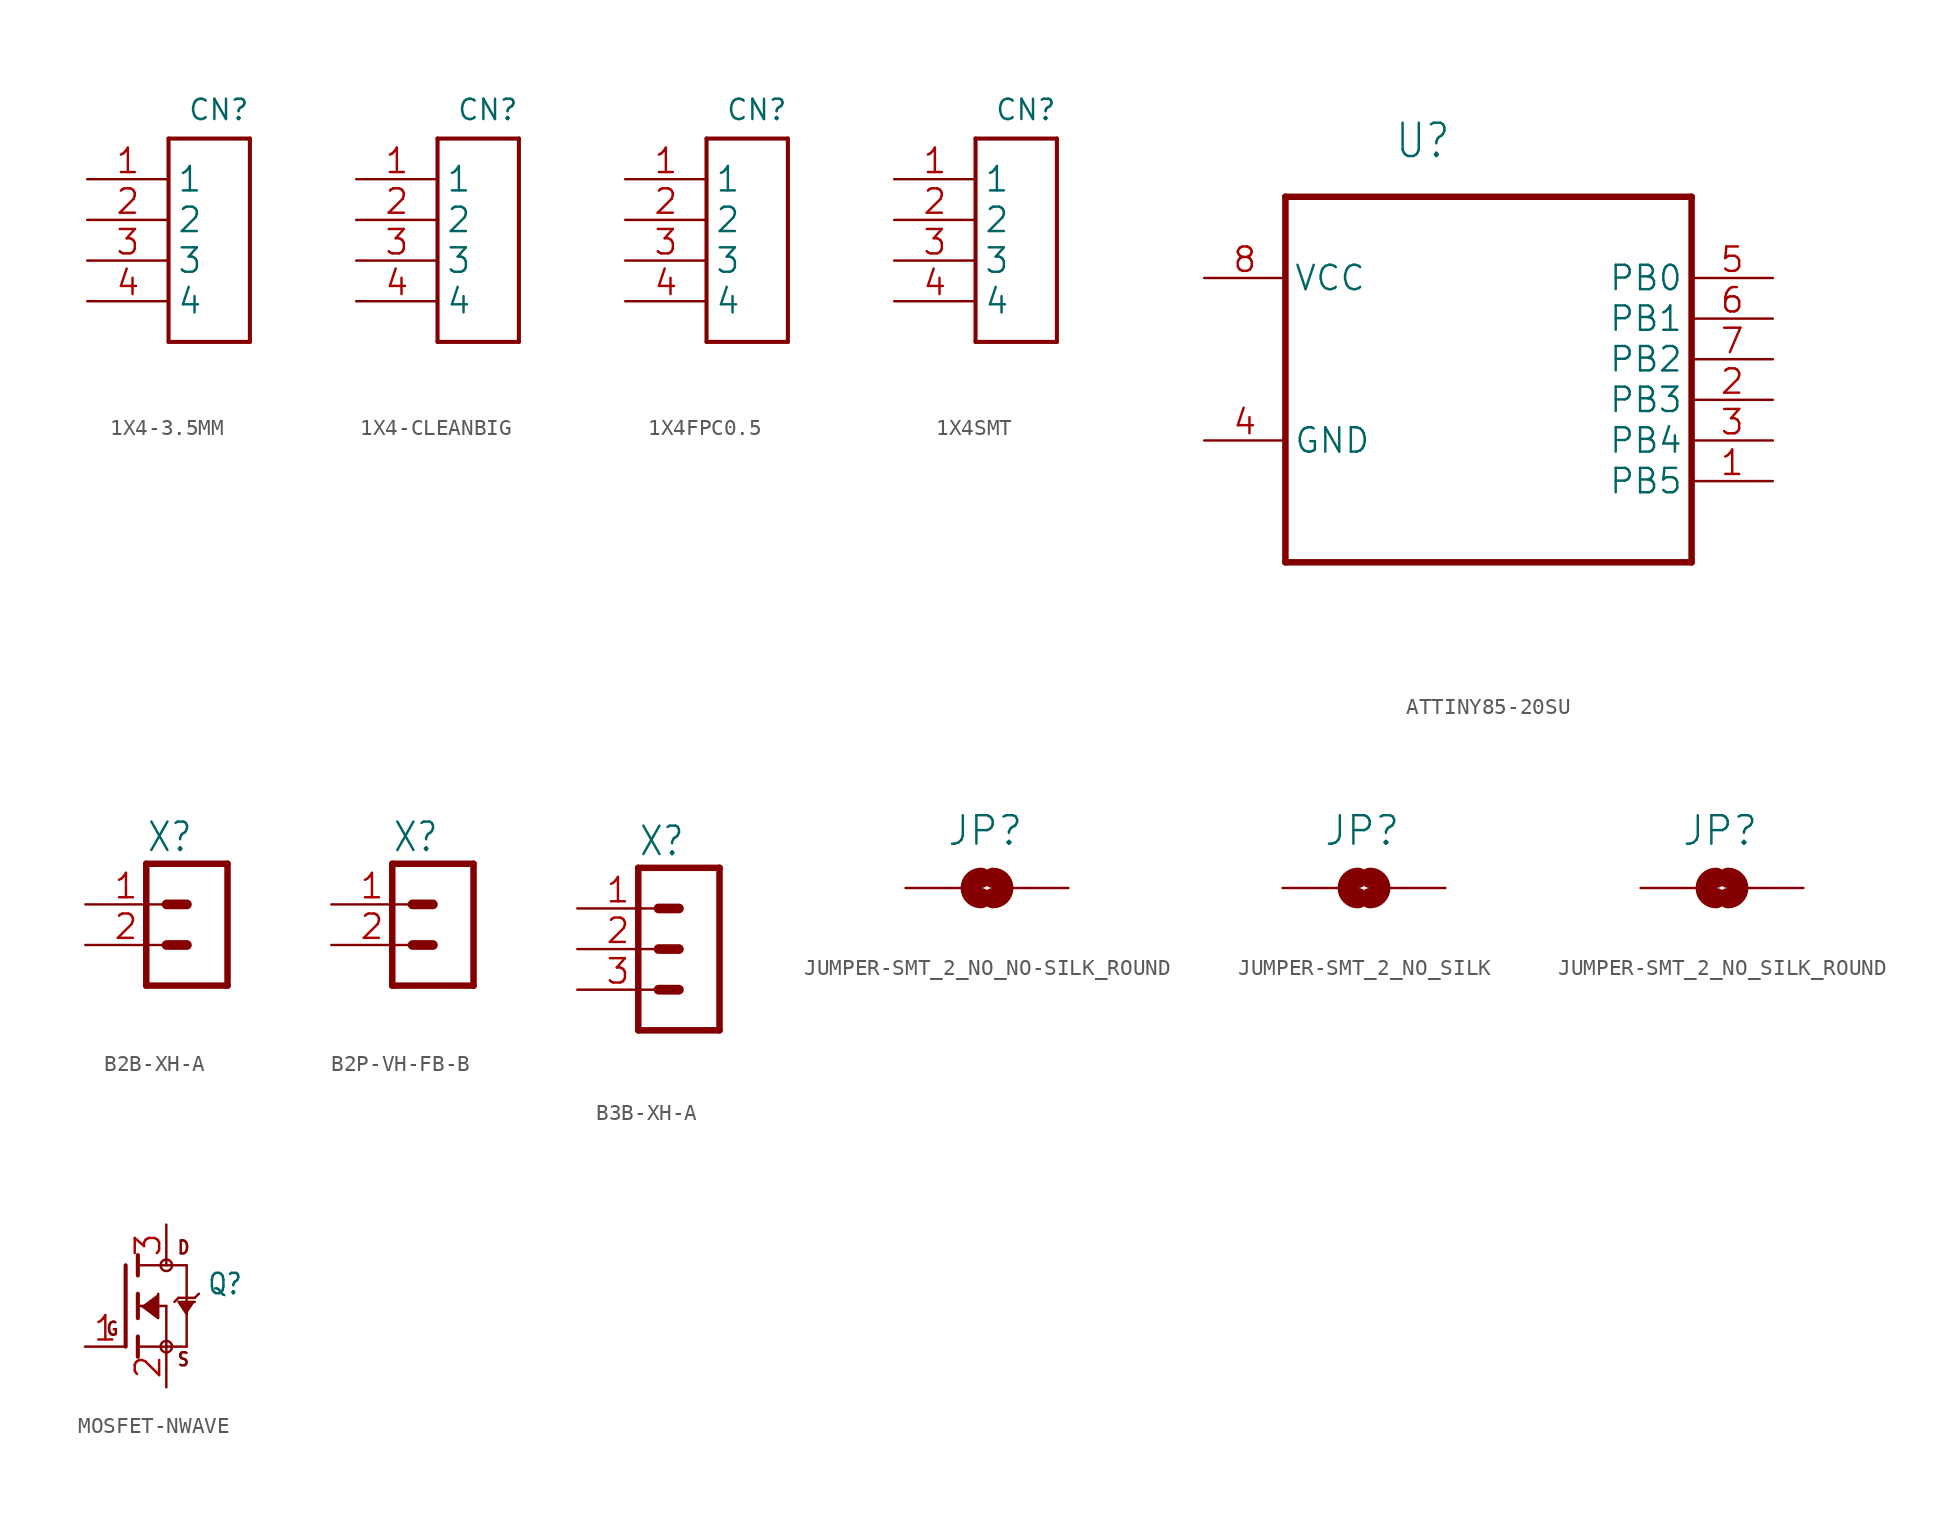
<source format=kicad_sym>
(kicad_symbol_lib
  (version 20241209)
  (generator "kicad_symbol_editor")
  (generator_version "9.0")
  (symbol "1X4-3.5MM"
    (property "Reference" "CN"
      (at 5.08 7.62 0)
      (effects (font (size 1.27 1.27)) (justify right top)))
    (property "Value" ""
      (at 0 -10.16 0)
      (effects (font (size 1.27 1.27)) (justify left bottom)))
    (property "ki_locked" ""
      (at 0 0 0)
      (effects (font (size 1.27 1.27))))
    (symbol "1X4-3.5MM_1_0"
      (polyline (pts (xy 0 5.08) (xy 5.08 5.08)) (stroke (width 0.254) (type solid)) (fill (type none)))
      (polyline (pts (xy 0 -7.62) (xy 0 5.08)) (stroke (width 0.254) (type solid)) (fill (type none)))
      (polyline (pts (xy 5.08 5.08) (xy 5.08 -7.62)) (stroke (width 0.254) (type solid)) (fill (type none)))
      (polyline (pts (xy 5.08 -7.62) (xy 0 -7.62)) (stroke (width 0.254) (type solid)) (fill (type none)))
      (pin bidirectional line (at -5.08 2.54 0) (length 5.08) (name "1" (effects (font (size 1.524 1.524)))) (number "1" (effects (font (size 1.524 1.524)))))
      (pin bidirectional line (at -5.08 0 0) (length 5.08) (name "2" (effects (font (size 1.524 1.524)))) (number "2" (effects (font (size 1.524 1.524)))))
      (pin bidirectional line (at -5.08 -2.54 0) (length 5.08) (name "3" (effects (font (size 1.524 1.524)))) (number "3" (effects (font (size 1.524 1.524)))))
      (pin bidirectional line (at -5.08 -5.08 0) (length 5.08) (name "4" (effects (font (size 1.524 1.524)))) (number "4" (effects (font (size 1.524 1.524)))))))
  (symbol "1X4-CLEANBIG"
    (property "Reference" "CN"
      (at 5.08 7.62 0)
      (effects (font (size 1.27 1.27)) (justify right top)))
    (property "Value" ""
      (at 0 -10.16 0)
      (effects (font (size 1.27 1.27)) (justify left bottom)))
    (property "ki_locked" ""
      (at 0 0 0)
      (effects (font (size 1.27 1.27))))
    (symbol "1X4-CLEANBIG_1_0"
      (polyline (pts (xy 0 5.08) (xy 5.08 5.08)) (stroke (width 0.254) (type solid)) (fill (type none)))
      (polyline (pts (xy 0 -7.62) (xy 0 5.08)) (stroke (width 0.254) (type solid)) (fill (type none)))
      (polyline (pts (xy 5.08 5.08) (xy 5.08 -7.62)) (stroke (width 0.254) (type solid)) (fill (type none)))
      (polyline (pts (xy 5.08 -7.62) (xy 0 -7.62)) (stroke (width 0.254) (type solid)) (fill (type none)))
      (pin bidirectional line (at -5.08 2.54 0) (length 5.08) (name "1" (effects (font (size 1.524 1.524)))) (number "1" (effects (font (size 1.524 1.524)))))
      (pin bidirectional line (at -5.08 0 0) (length 5.08) (name "2" (effects (font (size 1.524 1.524)))) (number "2" (effects (font (size 1.524 1.524)))))
      (pin bidirectional line (at -5.08 -2.54 0) (length 5.08) (name "3" (effects (font (size 1.524 1.524)))) (number "3" (effects (font (size 1.524 1.524)))))
      (pin bidirectional line (at -5.08 -5.08 0) (length 5.08) (name "4" (effects (font (size 1.524 1.524)))) (number "4" (effects (font (size 1.524 1.524)))))))
  (symbol "1X4FPC0.5"
    (property "Reference" "CN"
      (at 5.08 7.62 0)
      (effects (font (size 1.27 1.27)) (justify right top)))
    (property "Value" ""
      (at 0 -10.16 0)
      (effects (font (size 1.27 1.27)) (justify left bottom)))
    (property "ki_locked" ""
      (at 0 0 0)
      (effects (font (size 1.27 1.27))))
    (symbol "1X4FPC0.5_1_0"
      (polyline (pts (xy 0 5.08) (xy 5.08 5.08)) (stroke (width 0.254) (type solid)) (fill (type none)))
      (polyline (pts (xy 0 -7.62) (xy 0 5.08)) (stroke (width 0.254) (type solid)) (fill (type none)))
      (polyline (pts (xy 5.08 5.08) (xy 5.08 -7.62)) (stroke (width 0.254) (type solid)) (fill (type none)))
      (polyline (pts (xy 5.08 -7.62) (xy 0 -7.62)) (stroke (width 0.254) (type solid)) (fill (type none)))
      (pin bidirectional line (at -5.08 2.54 0) (length 5.08) (name "1" (effects (font (size 1.524 1.524)))) (number "1" (effects (font (size 1.524 1.524)))))
      (pin bidirectional line (at -5.08 0 0) (length 5.08) (name "2" (effects (font (size 1.524 1.524)))) (number "2" (effects (font (size 1.524 1.524)))))
      (pin bidirectional line (at -5.08 -2.54 0) (length 5.08) (name "3" (effects (font (size 1.524 1.524)))) (number "3" (effects (font (size 1.524 1.524)))))
      (pin bidirectional line (at -5.08 -5.08 0) (length 5.08) (name "4" (effects (font (size 1.524 1.524)))) (number "4" (effects (font (size 1.524 1.524)))))))
  (symbol "1X4SMT"
    (property "Reference" "CN"
      (at 5.08 7.62 0)
      (effects (font (size 1.27 1.27)) (justify right top)))
    (property "Value" ""
      (at 0 -10.16 0)
      (effects (font (size 1.27 1.27)) (justify left bottom)))
    (property "ki_locked" ""
      (at 0 0 0)
      (effects (font (size 1.27 1.27))))
    (symbol "1X4SMT_1_0"
      (polyline (pts (xy 0 5.08) (xy 5.08 5.08)) (stroke (width 0.254) (type solid)) (fill (type none)))
      (polyline (pts (xy 0 -7.62) (xy 0 5.08)) (stroke (width 0.254) (type solid)) (fill (type none)))
      (polyline (pts (xy 5.08 5.08) (xy 5.08 -7.62)) (stroke (width 0.254) (type solid)) (fill (type none)))
      (polyline (pts (xy 5.08 -7.62) (xy 0 -7.62)) (stroke (width 0.254) (type solid)) (fill (type none)))
      (pin bidirectional line (at -5.08 2.54 0) (length 5.08) (name "1" (effects (font (size 1.524 1.524)))) (number "1" (effects (font (size 1.524 1.524)))))
      (pin bidirectional line (at -5.08 0 0) (length 5.08) (name "2" (effects (font (size 1.524 1.524)))) (number "2" (effects (font (size 1.524 1.524)))))
      (pin bidirectional line (at -5.08 -2.54 0) (length 5.08) (name "3" (effects (font (size 1.524 1.524)))) (number "3" (effects (font (size 1.524 1.524)))))
      (pin bidirectional line (at -5.08 -5.08 0) (length 5.08) (name "4" (effects (font (size 1.524 1.524)))) (number "4" (effects (font (size 1.524 1.524)))))))
  (symbol "ATTINY85-20SU"
    (property "Reference" "U"
      (at -5.893 9.906 0)
      (effects (font (size 2.083 1.77)) (justify left bottom)))
    (property "Value" ""
      (at -3.404 -19.939 0)
      (effects (font (size 2.083 1.77)) (justify left bottom)))
    (property "ki_locked" ""
      (at 0 0 0)
      (effects (font (size 1.27 1.27))))
    (symbol "ATTINY85-20SU_1_0"
      (polyline (pts (xy -12.7 7.62) (xy -12.7 -15.24)) (stroke (width 0.406) (type solid)) (fill (type none)))
      (polyline (pts (xy -12.7 -15.24) (xy 12.7 -15.24)) (stroke (width 0.406) (type solid)) (fill (type none)))
      (polyline (pts (xy 12.7 7.62) (xy -12.7 7.62)) (stroke (width 0.406) (type solid)) (fill (type none)))
      (polyline (pts (xy 12.7 -15.24) (xy 12.7 7.62)) (stroke (width 0.406) (type solid)) (fill (type none)))
      (pin power_in line (at -17.78 2.54 0) (length 5.08) (name "VCC" (effects (font (size 1.524 1.524)))) (number "8" (effects (font (size 1.524 1.524)))))
      (pin passive line (at -17.78 -7.62 0) (length 5.08) (name "GND" (effects (font (size 1.524 1.524)))) (number "4" (effects (font (size 1.524 1.524)))))
      (pin bidirectional line (at 17.78 2.54 180) (length 5.08) (name "PB0" (effects (font (size 1.524 1.524)))) (number "5" (effects (font (size 1.524 1.524)))))
      (pin bidirectional line (at 17.78 0 180) (length 5.08) (name "PB1" (effects (font (size 1.524 1.524)))) (number "6" (effects (font (size 1.524 1.524)))))
      (pin bidirectional line (at 17.78 -2.54 180) (length 5.08) (name "PB2" (effects (font (size 1.524 1.524)))) (number "7" (effects (font (size 1.524 1.524)))))
      (pin bidirectional line (at 17.78 -5.08 180) (length 5.08) (name "PB3" (effects (font (size 1.524 1.524)))) (number "2" (effects (font (size 1.524 1.524)))))
      (pin bidirectional line (at 17.78 -7.62 180) (length 5.08) (name "PB4" (effects (font (size 1.524 1.524)))) (number "3" (effects (font (size 1.524 1.524)))))
      (pin bidirectional line (at 17.78 -10.16 180) (length 5.08) (name "PB5" (effects (font (size 1.524 1.524)))) (number "1" (effects (font (size 1.524 1.524)))))))
  (symbol "B2B-XH-A"
    (property "Reference" "X"
      (at 3.81 3.175 0)
      (effects (font (size 1.778 1.511)) (justify left bottom)))
    (property "Value" ""
      (at 3.81 -7.62 0)
      (effects (font (size 1.778 1.511)) (justify left bottom)))
    (property "ki_locked" ""
      (at 0 0 0)
      (effects (font (size 1.27 1.27))))
    (symbol "B2B-XH-A_1_0"
      (polyline (pts (xy 3.81 2.54) (xy 3.81 -5.08)) (stroke (width 0.406) (type solid)) (fill (type none)))
      (polyline (pts (xy 3.81 2.54) (xy 8.89 2.54)) (stroke (width 0.406) (type solid)) (fill (type none)))
      (polyline (pts (xy 3.81 -5.08) (xy 8.89 -5.08)) (stroke (width 0.406) (type solid)) (fill (type none)))
      (polyline (pts (xy 6.35 0) (xy 5.08 0)) (stroke (width 0.61) (type solid)) (fill (type none)))
      (polyline (pts (xy 6.35 -2.54) (xy 5.08 -2.54)) (stroke (width 0.61) (type solid)) (fill (type none)))
      (polyline (pts (xy 8.89 2.54) (xy 8.89 -5.08)) (stroke (width 0.406) (type solid)) (fill (type none)))
      (pin passive line (at 0 0 0) (length 5.08) (name "1" (effects (font (size 0 0)))) (number "1" (effects (font (size 1.524 1.524)))))
      (pin passive line (at 0 -2.54 0) (length 5.08) (name "2" (effects (font (size 0 0)))) (number "2" (effects (font (size 1.524 1.524)))))))
  (symbol "B2P-VH-FB-B"
    (property "Reference" "X"
      (at 3.81 3.175 0)
      (effects (font (size 1.778 1.511)) (justify left bottom)))
    (property "Value" ""
      (at 3.81 -7.62 0)
      (effects (font (size 1.778 1.511)) (justify left bottom)))
    (property "ki_locked" ""
      (at 0 0 0)
      (effects (font (size 1.27 1.27))))
    (symbol "B2P-VH-FB-B_1_0"
      (polyline (pts (xy 3.81 2.54) (xy 3.81 -5.08)) (stroke (width 0.406) (type solid)) (fill (type none)))
      (polyline (pts (xy 3.81 2.54) (xy 8.89 2.54)) (stroke (width 0.406) (type solid)) (fill (type none)))
      (polyline (pts (xy 3.81 -5.08) (xy 8.89 -5.08)) (stroke (width 0.406) (type solid)) (fill (type none)))
      (polyline (pts (xy 6.35 0) (xy 5.08 0)) (stroke (width 0.61) (type solid)) (fill (type none)))
      (polyline (pts (xy 6.35 -2.54) (xy 5.08 -2.54)) (stroke (width 0.61) (type solid)) (fill (type none)))
      (polyline (pts (xy 8.89 2.54) (xy 8.89 -5.08)) (stroke (width 0.406) (type solid)) (fill (type none)))
      (pin passive line (at 0 0 0) (length 5.08) (name "1" (effects (font (size 0 0)))) (number "1" (effects (font (size 1.524 1.524)))))
      (pin passive line (at 0 -2.54 0) (length 5.08) (name "2" (effects (font (size 0 0)))) (number "2" (effects (font (size 1.524 1.524)))))))
  (symbol "B3B-XH-A"
    (property "Reference" "X"
      (at -1.27 5.715 0)
      (effects (font (size 1.778 1.511)) (justify left bottom)))
    (property "Value" ""
      (at -1.27 -7.62 0)
      (effects (font (size 1.778 1.511)) (justify left bottom)))
    (property "ki_locked" ""
      (at 0 0 0)
      (effects (font (size 1.27 1.27))))
    (symbol "B3B-XH-A_1_0"
      (polyline (pts (xy -1.27 5.08) (xy -1.27 -5.08)) (stroke (width 0.406) (type solid)) (fill (type none)))
      (polyline (pts (xy -1.27 5.08) (xy 3.81 5.08)) (stroke (width 0.406) (type solid)) (fill (type none)))
      (polyline (pts (xy -1.27 -5.08) (xy 3.81 -5.08)) (stroke (width 0.406) (type solid)) (fill (type none)))
      (polyline (pts (xy 1.27 2.54) (xy 0 2.54)) (stroke (width 0.61) (type solid)) (fill (type none)))
      (polyline (pts (xy 1.27 0) (xy 0 0)) (stroke (width 0.61) (type solid)) (fill (type none)))
      (polyline (pts (xy 1.27 -2.54) (xy 0 -2.54)) (stroke (width 0.61) (type solid)) (fill (type none)))
      (polyline (pts (xy 3.81 5.08) (xy 3.81 -5.08)) (stroke (width 0.406) (type solid)) (fill (type none)))
      (pin passive line (at -5.08 2.54 0) (length 5.08) (name "1" (effects (font (size 0 0)))) (number "1" (effects (font (size 1.524 1.524)))))
      (pin passive line (at -5.08 0 0) (length 5.08) (name "2" (effects (font (size 0 0)))) (number "2" (effects (font (size 1.524 1.524)))))
      (pin passive line (at -5.08 -2.54 0) (length 5.08) (name "3" (effects (font (size 0 0)))) (number "3" (effects (font (size 1.524 1.524)))))))
  (symbol "JUMPER-SMT_2_NO_NO-SILK_ROUND"
    (property "Reference" "JP"
      (at -2.54 2.54 0)
      (effects (font (size 1.778 1.778)) (justify left bottom)))
    (property "Value" ""
      (at -2.54 -2.54 0)
      (effects (font (size 1.778 1.778)) (justify left top)))
    (property "ki_locked" ""
      (at 0 0 0)
      (effects (font (size 1.27 1.27))))
    (symbol "JUMPER-SMT_2_NO_NO-SILK_ROUND_1_0"
      (polyline (pts (xy -2.54 0) (xy -1.651 0)) (stroke (width 0.152) (type solid)) (fill (type none)))
      (arc (start -0.381 -0.635) (mid -1.0159 0.0001) (end -0.3808 0.635) (stroke (width 1.27) (type solid)) (fill (type none)))
      (arc (start 0.381 0.635) (mid 1.0159 -0.0001) (end 0.3808 -0.635) (stroke (width 1.27) (type solid)) (fill (type none)))
      (polyline (pts (xy 2.54 0) (xy 1.651 0)) (stroke (width 0.152) (type solid)) (fill (type none)))
      (pin passive line (at -5.08 0 0) (length 2.54) (name "1" (effects (font (size 0 0)))) (number "1" (effects (font (size 0 0)))))
      (pin passive line (at 5.08 0 180) (length 2.54) (name "2" (effects (font (size 0 0)))) (number "2" (effects (font (size 0 0)))))))
  (symbol "JUMPER-SMT_2_NO_SILK"
    (property "Reference" "JP"
      (at -2.54 2.54 0)
      (effects (font (size 1.778 1.778)) (justify left bottom)))
    (property "Value" ""
      (at -2.54 -2.54 0)
      (effects (font (size 1.778 1.778)) (justify left top)))
    (property "ki_locked" ""
      (at 0 0 0)
      (effects (font (size 1.27 1.27))))
    (symbol "JUMPER-SMT_2_NO_SILK_1_0"
      (polyline (pts (xy -2.54 0) (xy -1.651 0)) (stroke (width 0.152) (type solid)) (fill (type none)))
      (arc (start -0.381 -0.635) (mid -1.0159 0.0001) (end -0.3808 0.635) (stroke (width 1.27) (type solid)) (fill (type none)))
      (arc (start 0.381 0.635) (mid 1.0159 -0.0001) (end 0.3808 -0.635) (stroke (width 1.27) (type solid)) (fill (type none)))
      (polyline (pts (xy 2.54 0) (xy 1.651 0)) (stroke (width 0.152) (type solid)) (fill (type none)))
      (pin passive line (at -5.08 0 0) (length 2.54) (name "1" (effects (font (size 0 0)))) (number "1" (effects (font (size 0 0)))))
      (pin passive line (at 5.08 0 180) (length 2.54) (name "2" (effects (font (size 0 0)))) (number "2" (effects (font (size 0 0)))))))
  (symbol "JUMPER-SMT_2_NO_SILK_ROUND"
    (property "Reference" "JP"
      (at -2.54 2.54 0)
      (effects (font (size 1.778 1.778)) (justify left bottom)))
    (property "Value" ""
      (at -2.54 -2.54 0)
      (effects (font (size 1.778 1.778)) (justify left top)))
    (property "ki_locked" ""
      (at 0 0 0)
      (effects (font (size 1.27 1.27))))
    (symbol "JUMPER-SMT_2_NO_SILK_ROUND_1_0"
      (polyline (pts (xy -2.54 0) (xy -1.651 0)) (stroke (width 0.152) (type solid)) (fill (type none)))
      (arc (start -0.381 -0.635) (mid -1.0159 0.0001) (end -0.3808 0.635) (stroke (width 1.27) (type solid)) (fill (type none)))
      (arc (start 0.381 0.635) (mid 1.0159 -0.0001) (end 0.3808 -0.635) (stroke (width 1.27) (type solid)) (fill (type none)))
      (polyline (pts (xy 2.54 0) (xy 1.651 0)) (stroke (width 0.152) (type solid)) (fill (type none)))
      (pin passive line (at -5.08 0 0) (length 2.54) (name "1" (effects (font (size 0 0)))) (number "1" (effects (font (size 0 0)))))
      (pin passive line (at 5.08 0 180) (length 2.54) (name "2" (effects (font (size 0 0)))) (number "2" (effects (font (size 0 0)))))))
  (symbol "MOSFET-NWAVE"
    (property "Reference" "Q"
      (at 5.08 0.635 0)
      (effects (font (size 1.27 1.079)) (justify left bottom)))
    (property "Value" ""
      (at 5.08 -1.27 0)
      (effects (font (size 1.27 1.079)) (justify left bottom)))
    (property "ki_locked" ""
      (at 0 0 0)
      (effects (font (size 1.27 1.27))))
    (symbol "MOSFET-NWAVE_1_0"
      (polyline (pts (xy 0 2.54) (xy 0 -2.54)) (stroke (width 0.254) (type solid)) (fill (type none)))
      (polyline (pts (xy 0.762 3.175) (xy 0.762 2.54)) (stroke (width 0.254) (type solid)) (fill (type none)))
      (polyline (pts (xy 0.762 2.54) (xy 0.762 1.905)) (stroke (width 0.254) (type solid)) (fill (type none)))
      (polyline (pts (xy 0.762 2.54) (xy 3.81 2.54)) (stroke (width 0.152) (type solid)) (fill (type none)))
      (polyline (pts (xy 0.762 0.762) (xy 0.762 0)) (stroke (width 0.254) (type solid)) (fill (type none)))
      (polyline (pts (xy 0.762 0) (xy 0.762 -0.762)) (stroke (width 0.254) (type solid)) (fill (type none)))
      (polyline (pts (xy 0.762 0) (xy 2.54 0)) (stroke (width 0.152) (type solid)) (fill (type none)))
      (polyline (pts (xy 0.762 -1.905) (xy 0.762 -2.54)) (stroke (width 0.254) (type solid)) (fill (type none)))
      (polyline (pts (xy 0.762 -2.54) (xy 0.762 -3.175)) (stroke (width 0.254) (type solid)) (fill (type none)))
      (polyline (pts (xy 1.016 0) (xy 2.032 -0.762) (xy 2.032 0.762)) (stroke (width 0.152) (type solid)) (fill (type outline)))
      (circle (center 2.54 2.54) (radius 0.359) (stroke (width 0) (type solid)) (fill (type none)))
      (polyline (pts (xy 2.54 0) (xy 2.54 -2.54)) (stroke (width 0.152) (type solid)) (fill (type none)))
      (polyline (pts (xy 2.54 -2.54) (xy 0.762 -2.54)) (stroke (width 0.152) (type solid)) (fill (type none)))
      (polyline (pts (xy 2.54 -2.54) (xy 3.81 -2.54)) (stroke (width 0.152) (type solid)) (fill (type none)))
      (circle (center 2.54 -2.54) (radius 0.359) (stroke (width 0) (type solid)) (fill (type none)))
      (polyline (pts (xy 3.302 0.508) (xy 3.048 0.254)) (stroke (width 0.152) (type solid)) (fill (type none)))
      (polyline (pts (xy 3.81 2.54) (xy 3.81 0.508)) (stroke (width 0.152) (type solid)) (fill (type none)))
      (polyline (pts (xy 3.81 0.508) (xy 3.302 0.508)) (stroke (width 0.152) (type solid)) (fill (type none)))
      (polyline (pts (xy 3.81 0.508) (xy 3.81 -2.54)) (stroke (width 0.152) (type solid)) (fill (type none)))
      (polyline (pts (xy 3.81 -0.508) (xy 3.302 0.254) (xy 4.318 0.254)) (stroke (width 0.152) (type solid)) (fill (type outline)))
      (polyline (pts (xy 4.318 0.508) (xy 3.81 0.508)) (stroke (width 0.152) (type solid)) (fill (type none)))
      (polyline (pts (xy 4.572 0.762) (xy 4.318 0.508)) (stroke (width 0.152) (type solid)) (fill (type none)))
      (text "G" (at -1.27 -1.905 0) (effects (font (size 0.813 0.691)) (justify left bottom)))
      (text "D" (at 3.175 3.175 0) (effects (font (size 0.813 0.691)) (justify left bottom)))
      (text "S" (at 3.175 -3.81 0) (effects (font (size 0.813 0.691)) (justify left bottom)))
      (pin bidirectional line (at -2.54 -2.54 0) (length 2.54) (name "G" (effects (font (size 0 0)))) (number "1" (effects (font (size 1.524 1.524)))))
      (pin bidirectional line (at 2.54 5.08 270) (length 2.54) (name "D" (effects (font (size 0 0)))) (number "3" (effects (font (size 1.524 1.524)))))
      (pin bidirectional line (at 2.54 -5.08 90) (length 2.54) (name "S" (effects (font (size 0 0)))) (number "2" (effects (font (size 1.524 1.524))))))))
</source>
